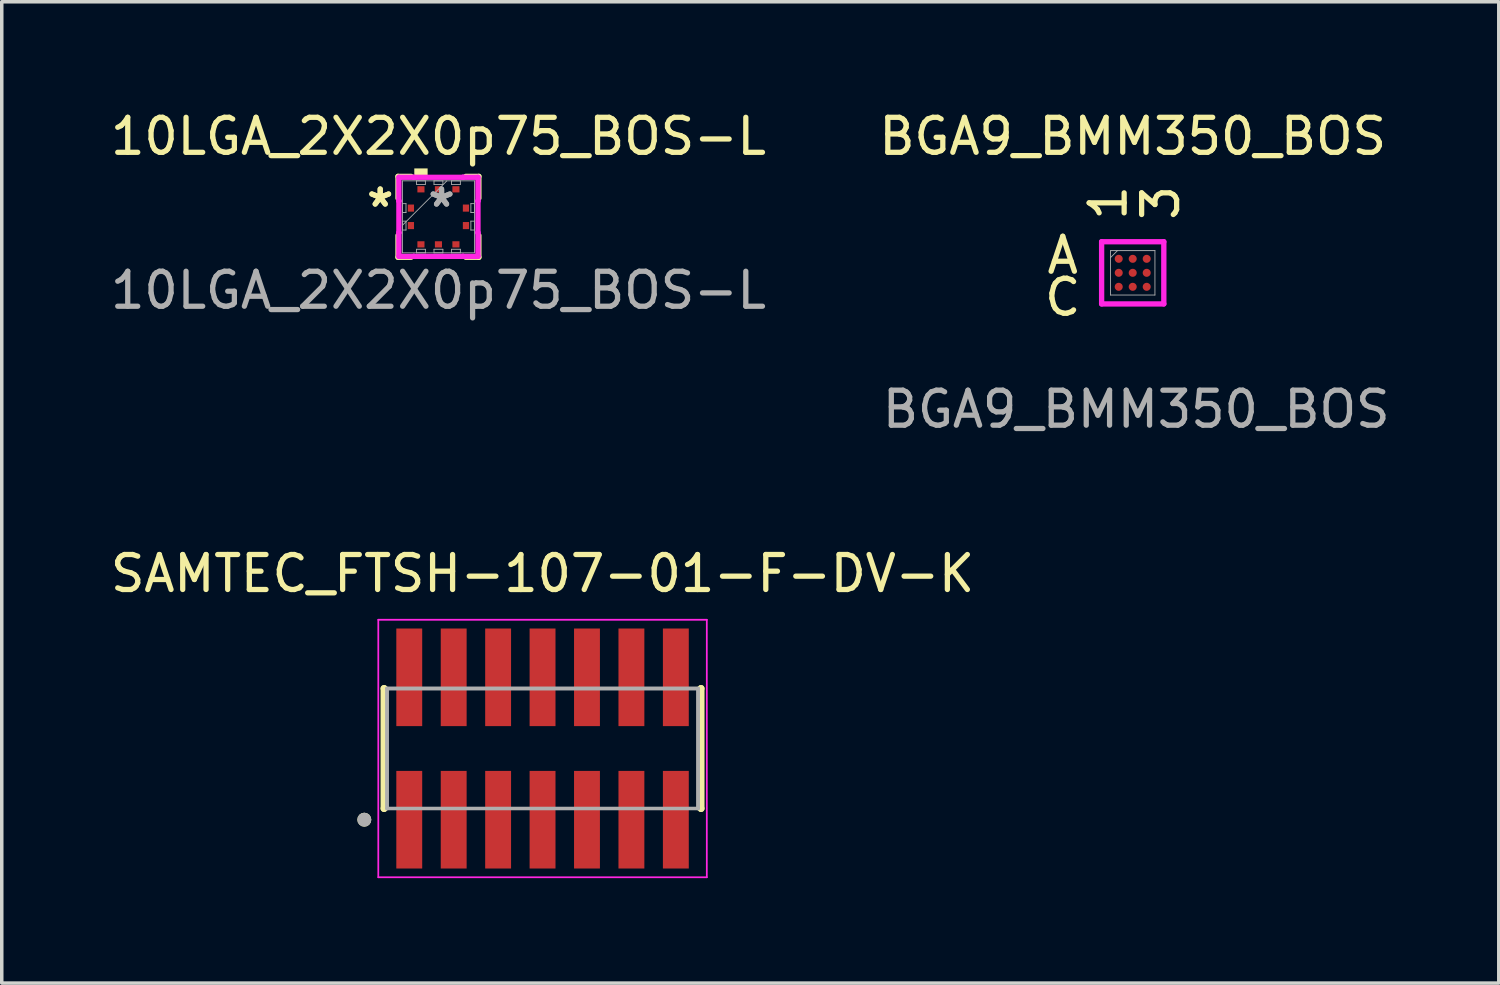
<source format=kicad_pcb>
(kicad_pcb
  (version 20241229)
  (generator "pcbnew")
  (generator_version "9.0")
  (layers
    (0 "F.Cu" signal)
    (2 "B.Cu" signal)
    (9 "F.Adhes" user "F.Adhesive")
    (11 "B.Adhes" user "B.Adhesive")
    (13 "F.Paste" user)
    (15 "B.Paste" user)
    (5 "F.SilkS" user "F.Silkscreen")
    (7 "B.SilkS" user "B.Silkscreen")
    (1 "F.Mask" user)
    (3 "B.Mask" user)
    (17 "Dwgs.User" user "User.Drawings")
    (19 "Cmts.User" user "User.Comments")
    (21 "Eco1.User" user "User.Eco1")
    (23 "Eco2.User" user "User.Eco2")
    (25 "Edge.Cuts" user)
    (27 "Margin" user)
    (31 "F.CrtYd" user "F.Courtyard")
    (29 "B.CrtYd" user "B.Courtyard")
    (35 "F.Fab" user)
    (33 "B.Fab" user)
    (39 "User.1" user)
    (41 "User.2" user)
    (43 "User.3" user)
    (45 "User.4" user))
  (footprint "BGA9_BMM350_BOS"
    (layer "F.Cu")
    (at 29.327 4.748)
    (property "Reference" "BGA9_BMM350_BOS" (at 0 -3.9 0) (unlocked yes) (layer "F.SilkS") (effects (font (size 1 1) (thickness 0.15))))
    (attr smd)
    (fp_poly (pts (xy -1.045 -1.045) (xy 1.045 -1.045) (xy 1.045 1.045) (xy -1.045 1.045)) (stroke (width 0.1) (type solid)) (fill no) (layer "Eco2.User"))
    (fp_line (start -0.889 -0.889) (end 0.889 -0.889) (stroke (width 0.152) (type solid)) (layer "F.CrtYd"))
    (fp_line (start -0.889 0.889) (end -0.889 -0.889) (stroke (width 0.152) (type solid)) (layer "F.CrtYd"))
    (fp_line (start 0.889 -0.889) (end 0.889 0.889) (stroke (width 0.152) (type solid)) (layer "F.CrtYd"))
    (fp_line (start 0.889 0.889) (end -0.889 0.889) (stroke (width 0.152) (type solid)) (layer "F.CrtYd"))
    (fp_line (start -0.635 -0.635) (end -0.635 0.635) (stroke (width 0.025) (type solid)) (layer "F.Fab"))
    (fp_line (start -0.635 0.635) (end 0.635 0.635) (stroke (width 0.025) (type solid)) (layer "F.Fab"))
    (fp_line (start -0.435 -0.635) (end -0.635 -0.435) (stroke (width 0.025) (type solid)) (layer "F.Fab"))
    (fp_line (start 0.635 -0.635) (end -0.635 -0.635) (stroke (width 0.025) (type solid)) (layer "F.Fab"))
    (fp_line (start 0.635 0.635) (end 0.635 -0.635) (stroke (width 0.025) (type solid)) (layer "F.Fab"))
    (fp_text user "3" (at 0.8 -2 90) (unlocked yes) (layer "F.SilkS") (effects (font (size 1 1) (thickness 0.15))))
    (fp_text user "C" (at -2 0.7 0) (unlocked yes) (layer "F.SilkS") (effects (font (size 1 1) (thickness 0.15))))
    (fp_text user "1" (at -0.7 -2 90) (unlocked yes) (layer "F.SilkS") (effects (font (size 1 1) (thickness 0.15))))
    (fp_text user "A" (at -2 -0.5 0) (unlocked yes) (layer "F.SilkS") (effects (font (size 1 1) (thickness 0.15))))
    (fp_text user "${REFERENCE}" (at 0.1 3.9 0) (unlocked yes) (layer "F.Fab") (effects (font (size 1 1) (thickness 0.15))))
    (pad "A1" smd circle (at -0.4 -0.4) (size 0.229 0.229) (layers "F.Cu" "F.Mask" "F.Paste"))
    (pad "A2" smd circle (at 0 -0.4) (size 0.229 0.229) (layers "F.Cu" "F.Mask" "F.Paste"))
    (pad "A3" smd circle (at 0.4 -0.4) (size 0.229 0.229) (layers "F.Cu" "F.Mask" "F.Paste"))
    (pad "B1" smd circle (at -0.4 0) (size 0.229 0.229) (layers "F.Cu" "F.Mask" "F.Paste"))
    (pad "B2" smd circle (at 0 0) (size 0.229 0.229) (layers "F.Cu" "F.Mask" "F.Paste"))
    (pad "B3" smd circle (at 0.4 0) (size 0.229 0.229) (layers "F.Cu" "F.Mask" "F.Paste"))
    (pad "C1" smd circle (at -0.4 0.4) (size 0.229 0.229) (layers "F.Cu" "F.Mask" "F.Paste"))
    (pad "C2" smd circle (at 0 0.4) (size 0.229 0.229) (layers "F.Cu" "F.Mask" "F.Paste"))
    (pad "C3" smd circle (at 0.4 0.4) (size 0.229 0.229) (layers "F.Cu" "F.Mask" "F.Paste")))
  (footprint "SAMTEC_FTSH-107-01-F-DV-K"
    (layer "F.Cu")
    (at 12.458 18.345)
    (property "Reference" "SAMTEC_FTSH-107-01-F-DV-K" (at 0 -5 0) (layer "F.SilkS") (effects (font (size 1 1) (thickness 0.15))))
    (attr smd)
    (fp_line (start -4.53 -1.715) (end -4.53 -1.715) (stroke (width 0.2) (type solid)) (layer "F.SilkS"))
    (fp_line (start -4.53 1.715) (end -4.53 -1.715) (stroke (width 0.2) (type solid)) (layer "F.SilkS"))
    (fp_line (start -4.53 1.715) (end -4.53 1.715) (stroke (width 0.2) (type solid)) (layer "F.SilkS"))
    (fp_line (start 4.53 -1.715) (end 4.53 -1.715) (stroke (width 0.2) (type solid)) (layer "F.SilkS"))
    (fp_line (start 4.53 -1.715) (end 4.53 1.715) (stroke (width 0.2) (type solid)) (layer "F.SilkS"))
    (fp_line (start 4.53 1.715) (end 4.53 1.715) (stroke (width 0.2) (type solid)) (layer "F.SilkS"))
    (fp_circle (center -5.095 2.035) (end -4.995 2.035) (stroke (width 0.2) (type solid)) (fill no) (layer "F.SilkS"))
    (fp_line (start -4.695 -3.68) (end 4.695 -3.68) (stroke (width 0.05) (type solid)) (layer "F.CrtYd"))
    (fp_line (start -4.695 3.68) (end -4.695 -3.68) (stroke (width 0.05) (type solid)) (layer "F.CrtYd"))
    (fp_line (start 4.695 -3.68) (end 4.695 3.68) (stroke (width 0.05) (type solid)) (layer "F.CrtYd"))
    (fp_line (start 4.695 3.68) (end -4.695 3.68) (stroke (width 0.05) (type solid)) (layer "F.CrtYd"))
    (fp_line (start -4.445 -1.715) (end 4.445 -1.715) (stroke (width 0.1) (type solid)) (layer "F.Fab"))
    (fp_line (start -4.445 -1.715) (end 4.445 -1.715) (stroke (width 0.1) (type solid)) (layer "F.Fab"))
    (fp_line (start -4.445 1.715) (end -4.445 -1.715) (stroke (width 0.1) (type solid)) (layer "F.Fab"))
    (fp_line (start -4.445 1.715) (end -4.445 -1.715) (stroke (width 0.1) (type solid)) (layer "F.Fab"))
    (fp_line (start 4.445 -1.715) (end 4.445 1.715) (stroke (width 0.1) (type solid)) (layer "F.Fab"))
    (fp_line (start 4.445 -1.715) (end 4.445 1.715) (stroke (width 0.1) (type solid)) (layer "F.Fab"))
    (fp_line (start 4.445 1.715) (end -4.445 1.715) (stroke (width 0.1) (type solid)) (layer "F.Fab"))
    (fp_circle (center -5.095 2.035) (end -4.995 2.035) (stroke (width 0.2) (type solid)) (fill no) (layer "F.Fab"))
    (pad "1" smd rect (at -3.81 2.035) (size 0.74 2.79) (layers "F.Cu" "F.Mask" "F.Paste"))
    (pad "2" smd rect (at -3.81 -2.035) (size 0.74 2.79) (layers "F.Cu" "F.Mask" "F.Paste"))
    (pad "3" smd rect (at -2.54 2.035) (size 0.74 2.79) (layers "F.Cu" "F.Mask" "F.Paste"))
    (pad "4" smd rect (at -2.54 -2.035) (size 0.74 2.79) (layers "F.Cu" "F.Mask" "F.Paste"))
    (pad "5" smd rect (at -1.27 2.035) (size 0.74 2.79) (layers "F.Cu" "F.Mask" "F.Paste"))
    (pad "6" smd rect (at -1.27 -2.035) (size 0.74 2.79) (layers "F.Cu" "F.Mask" "F.Paste"))
    (pad "7" smd rect (at 0 2.035) (size 0.74 2.79) (layers "F.Cu" "F.Mask" "F.Paste"))
    (pad "8" smd rect (at 0 -2.035) (size 0.74 2.79) (layers "F.Cu" "F.Mask" "F.Paste"))
    (pad "9" smd rect (at 1.27 2.035) (size 0.74 2.79) (layers "F.Cu" "F.Mask" "F.Paste"))
    (pad "10" smd rect (at 1.27 -2.035) (size 0.74 2.79) (layers "F.Cu" "F.Mask" "F.Paste"))
    (pad "11" smd rect (at 2.54 2.035) (size 0.74 2.79) (layers "F.Cu" "F.Mask" "F.Paste"))
    (pad "12" smd rect (at 2.54 -2.035) (size 0.74 2.79) (layers "F.Cu" "F.Mask" "F.Paste"))
    (pad "13" smd rect (at 3.81 2.035) (size 0.74 2.79) (layers "F.Cu" "F.Mask" "F.Paste"))
    (pad "14" smd rect (at 3.81 -2.035) (size 0.74 2.79) (layers "F.Cu" "F.Mask" "F.Paste")))
  (footprint "10LGA_2X2X0p75_BOS-L"
    (layer "F.Cu")
    (at 9.482 3.148)
    (property "Reference" "10LGA_2X2X0p75_BOS-L" (at 0 -2.3 0) (unlocked yes) (layer "F.SilkS") (effects (font (size 1 1) (thickness 0.15))))
    (attr smd)
    (fp_line (start -1.156 -1.156) (end -1.156 -0.532) (stroke (width 0.152) (type solid)) (layer "F.SilkS"))
    (fp_line (start -1.156 0.532) (end -1.156 1.156) (stroke (width 0.152) (type solid)) (layer "F.SilkS"))
    (fp_line (start -1.156 1.156) (end -0.782 1.156) (stroke (width 0.152) (type solid)) (layer "F.SilkS"))
    (fp_line (start -0.782 -1.156) (end -1.156 -1.156) (stroke (width 0.152) (type solid)) (layer "F.SilkS"))
    (fp_line (start 0.782 1.156) (end 1.156 1.156) (stroke (width 0.152) (type solid)) (layer "F.SilkS"))
    (fp_line (start 1.156 -1.156) (end 0.782 -1.156) (stroke (width 0.152) (type solid)) (layer "F.SilkS"))
    (fp_line (start 1.156 -0.532) (end 1.156 -1.156) (stroke (width 0.152) (type solid)) (layer "F.SilkS"))
    (fp_line (start 1.156 1.156) (end 1.156 0.532) (stroke (width 0.152) (type solid)) (layer "F.SilkS"))
    (fp_poly (pts (xy -0.69 -1.13) (xy -0.69 -1.384) (xy -0.309 -1.384) (xy -0.309 -1.13)) (stroke (width 0) (type solid)) (fill yes) (layer "F.SilkS"))
    (fp_line (start -1.13 -1.13) (end -0.703 -1.13) (stroke (width 0.152) (type solid)) (layer "F.CrtYd"))
    (fp_line (start -1.13 -0.453) (end -1.13 -1.13) (stroke (width 0.152) (type solid)) (layer "F.CrtYd"))
    (fp_line (start -1.13 -0.453) (end -1.13 -0.453) (stroke (width 0.152) (type solid)) (layer "F.CrtYd"))
    (fp_line (start -1.13 0.453) (end -1.13 -0.453) (stroke (width 0.152) (type solid)) (layer "F.CrtYd"))
    (fp_line (start -1.13 0.453) (end -1.13 0.453) (stroke (width 0.152) (type solid)) (layer "F.CrtYd"))
    (fp_line (start -1.13 1.13) (end -1.13 0.453) (stroke (width 0.152) (type solid)) (layer "F.CrtYd"))
    (fp_line (start -0.703 -1.13) (end -0.703 -1.13) (stroke (width 0.152) (type solid)) (layer "F.CrtYd"))
    (fp_line (start -0.703 -1.13) (end 0.703 -1.13) (stroke (width 0.152) (type solid)) (layer "F.CrtYd"))
    (fp_line (start -0.703 1.13) (end -1.13 1.13) (stroke (width 0.152) (type solid)) (layer "F.CrtYd"))
    (fp_line (start -0.703 1.13) (end -0.703 1.13) (stroke (width 0.152) (type solid)) (layer "F.CrtYd"))
    (fp_line (start 0.703 -1.13) (end 0.703 -1.13) (stroke (width 0.152) (type solid)) (layer "F.CrtYd"))
    (fp_line (start 0.703 -1.13) (end 1.13 -1.13) (stroke (width 0.152) (type solid)) (layer "F.CrtYd"))
    (fp_line (start 0.703 1.13) (end -0.703 1.13) (stroke (width 0.152) (type solid)) (layer "F.CrtYd"))
    (fp_line (start 0.703 1.13) (end 0.703 1.13) (stroke (width 0.152) (type solid)) (layer "F.CrtYd"))
    (fp_line (start 1.13 -1.13) (end 1.13 -0.453) (stroke (width 0.152) (type solid)) (layer "F.CrtYd"))
    (fp_line (start 1.13 -0.453) (end 1.13 -0.453) (stroke (width 0.152) (type solid)) (layer "F.CrtYd"))
    (fp_line (start 1.13 -0.453) (end 1.13 0.453) (stroke (width 0.152) (type solid)) (layer "F.CrtYd"))
    (fp_line (start 1.13 0.453) (end 1.13 0.453) (stroke (width 0.152) (type solid)) (layer "F.CrtYd"))
    (fp_line (start 1.13 0.453) (end 1.13 1.13) (stroke (width 0.152) (type solid)) (layer "F.CrtYd"))
    (fp_line (start 1.13 1.13) (end 0.703 1.13) (stroke (width 0.152) (type solid)) (layer "F.CrtYd"))
    (fp_line (start -1.029 -1.029) (end -1.029 1.029) (stroke (width 0.025) (type solid)) (layer "F.Fab"))
    (fp_line (start -1.029 -0.377) (end -0.927 -0.377) (stroke (width 0.025) (type solid)) (layer "F.Fab"))
    (fp_line (start -1.029 -0.123) (end -1.029 -0.377) (stroke (width 0.025) (type solid)) (layer "F.Fab"))
    (fp_line (start -1.029 0.123) (end -0.927 0.123) (stroke (width 0.025) (type solid)) (layer "F.Fab"))
    (fp_line (start -1.029 0.241) (end 0.241 -1.029) (stroke (width 0.025) (type solid)) (layer "F.Fab"))
    (fp_line (start -1.029 0.377) (end -1.029 0.123) (stroke (width 0.025) (type solid)) (layer "F.Fab"))
    (fp_line (start -1.029 1.029) (end 1.029 1.029) (stroke (width 0.025) (type solid)) (layer "F.Fab"))
    (fp_line (start -0.927 -0.377) (end -0.927 -0.123) (stroke (width 0.025) (type solid)) (layer "F.Fab"))
    (fp_line (start -0.927 -0.123) (end -1.029 -0.123) (stroke (width 0.025) (type solid)) (layer "F.Fab"))
    (fp_line (start -0.927 0.123) (end -0.927 0.377) (stroke (width 0.025) (type solid)) (layer "F.Fab"))
    (fp_line (start -0.927 0.377) (end -1.029 0.377) (stroke (width 0.025) (type solid)) (layer "F.Fab"))
    (fp_line (start -0.627 -1.029) (end -0.373 -1.029) (stroke (width 0.025) (type solid)) (layer "F.Fab"))
    (fp_line (start -0.627 -0.927) (end -0.627 -1.029) (stroke (width 0.025) (type solid)) (layer "F.Fab"))
    (fp_line (start -0.627 0.927) (end -0.373 0.927) (stroke (width 0.025) (type solid)) (layer "F.Fab"))
    (fp_line (start -0.627 1.029) (end -0.627 0.927) (stroke (width 0.025) (type solid)) (layer "F.Fab"))
    (fp_line (start -0.373 -1.029) (end -0.373 -0.927) (stroke (width 0.025) (type solid)) (layer "F.Fab"))
    (fp_line (start -0.373 -0.927) (end -0.627 -0.927) (stroke (width 0.025) (type solid)) (layer "F.Fab"))
    (fp_line (start -0.373 0.927) (end -0.373 1.029) (stroke (width 0.025) (type solid)) (layer "F.Fab"))
    (fp_line (start -0.373 1.029) (end -0.627 1.029) (stroke (width 0.025) (type solid)) (layer "F.Fab"))
    (fp_line (start -0.127 -1.029) (end 0.127 -1.029) (stroke (width 0.025) (type solid)) (layer "F.Fab"))
    (fp_line (start -0.127 -0.927) (end -0.127 -1.029) (stroke (width 0.025) (type solid)) (layer "F.Fab"))
    (fp_line (start -0.127 0.927) (end 0.127 0.927) (stroke (width 0.025) (type solid)) (layer "F.Fab"))
    (fp_line (start -0.127 1.029) (end -0.127 0.927) (stroke (width 0.025) (type solid)) (layer "F.Fab"))
    (fp_line (start 0.127 -1.029) (end 0.127 -0.927) (stroke (width 0.025) (type solid)) (layer "F.Fab"))
    (fp_line (start 0.127 -0.927) (end -0.127 -0.927) (stroke (width 0.025) (type solid)) (layer "F.Fab"))
    (fp_line (start 0.127 0.927) (end 0.127 1.029) (stroke (width 0.025) (type solid)) (layer "F.Fab"))
    (fp_line (start 0.127 1.029) (end -0.127 1.029) (stroke (width 0.025) (type solid)) (layer "F.Fab"))
    (fp_line (start 0.373 -1.029) (end 0.627 -1.029) (stroke (width 0.025) (type solid)) (layer "F.Fab"))
    (fp_line (start 0.373 -0.927) (end 0.373 -1.029) (stroke (width 0.025) (type solid)) (layer "F.Fab"))
    (fp_line (start 0.373 0.927) (end 0.627 0.927) (stroke (width 0.025) (type solid)) (layer "F.Fab"))
    (fp_line (start 0.373 1.029) (end 0.373 0.927) (stroke (width 0.025) (type solid)) (layer "F.Fab"))
    (fp_line (start 0.627 -1.029) (end 0.627 -0.927) (stroke (width 0.025) (type solid)) (layer "F.Fab"))
    (fp_line (start 0.627 -0.927) (end 0.373 -0.927) (stroke (width 0.025) (type solid)) (layer "F.Fab"))
    (fp_line (start 0.627 0.927) (end 0.627 1.029) (stroke (width 0.025) (type solid)) (layer "F.Fab"))
    (fp_line (start 0.627 1.029) (end 0.373 1.029) (stroke (width 0.025) (type solid)) (layer "F.Fab"))
    (fp_line (start 0.927 -0.377) (end 1.029 -0.377) (stroke (width 0.025) (type solid)) (layer "F.Fab"))
    (fp_line (start 0.927 -0.123) (end 0.927 -0.377) (stroke (width 0.025) (type solid)) (layer "F.Fab"))
    (fp_line (start 0.927 0.123) (end 1.029 0.123) (stroke (width 0.025) (type solid)) (layer "F.Fab"))
    (fp_line (start 0.927 0.377) (end 0.927 0.123) (stroke (width 0.025) (type solid)) (layer "F.Fab"))
    (fp_line (start 1.029 -1.029) (end -1.029 -1.029) (stroke (width 0.025) (type solid)) (layer "F.Fab"))
    (fp_line (start 1.029 -0.377) (end 1.029 -0.123) (stroke (width 0.025) (type solid)) (layer "F.Fab"))
    (fp_line (start 1.029 -0.123) (end 0.927 -0.123) (stroke (width 0.025) (type solid)) (layer "F.Fab"))
    (fp_line (start 1.029 0.123) (end 1.029 0.377) (stroke (width 0.025) (type solid)) (layer "F.Fab"))
    (fp_line (start 1.029 0.377) (end 0.927 0.377) (stroke (width 0.025) (type solid)) (layer "F.Fab"))
    (fp_line (start 1.029 1.029) (end 1.029 -1.029) (stroke (width 0.025) (type solid)) (layer "F.Fab"))
    (fp_text user "*" (at -1.664 -0.25 0) (layer "F.SilkS") (effects (font (size 1 1) (thickness 0.15))))
    (fp_text user "*" (at -1.664 -0.25 0) (unlocked yes) (layer "F.SilkS") (effects (font (size 1 1) (thickness 0.15))))
    (fp_text user "*" (at 0.089 -0.25 0) (layer "F.Fab") (effects (font (size 1 1) (thickness 0.15))))
    (fp_text user "*" (at 0.089 -0.25 0) (unlocked yes) (layer "F.Fab") (effects (font (size 1 1) (thickness 0.15))))
    (fp_text user "${REFERENCE}" (at 0 2.1 0) (unlocked yes) (layer "F.Fab") (effects (font (size 1 1) (thickness 0.15))))
    (pad "1" smd rect (at -0.787 -0.25 90) (size 0.203 0.178) (layers "F.Cu" "F.Mask" "F.Paste"))
    (pad "2" smd rect (at -0.787 0.25 90) (size 0.203 0.178) (layers "F.Cu" "F.Mask" "F.Paste"))
    (pad "3" smd rect (at -0.5 0.787) (size 0.203 0.178) (layers "F.Cu" "F.Mask" "F.Paste"))
    (pad "4" smd rect (at 0 0.787) (size 0.203 0.178) (layers "F.Cu" "F.Mask" "F.Paste"))
    (pad "5" smd rect (at 0.5 0.787) (size 0.203 0.178) (layers "F.Cu" "F.Mask" "F.Paste"))
    (pad "6" smd rect (at 0.787 0.25 90) (size 0.203 0.178) (layers "F.Cu" "F.Mask" "F.Paste"))
    (pad "7" smd rect (at 0.787 -0.25 90) (size 0.203 0.178) (layers "F.Cu" "F.Mask" "F.Paste"))
    (pad "8" smd rect (at 0.5 -0.787) (size 0.203 0.178) (layers "F.Cu" "F.Mask" "F.Paste"))
    (pad "9" smd rect (at 0 -0.787) (size 0.203 0.178) (layers "F.Cu" "F.Mask" "F.Paste"))
    (pad "10" smd rect (at -0.5 -0.787) (size 0.203 0.178) (layers "F.Cu" "F.Mask" "F.Paste")))
  (gr_rect
    (start -3 -3)
    (end 39.79 25.05)
    (stroke (width 0.1) (type default))
    (fill no)
    (layer "Edge.Cuts")))
</source>
